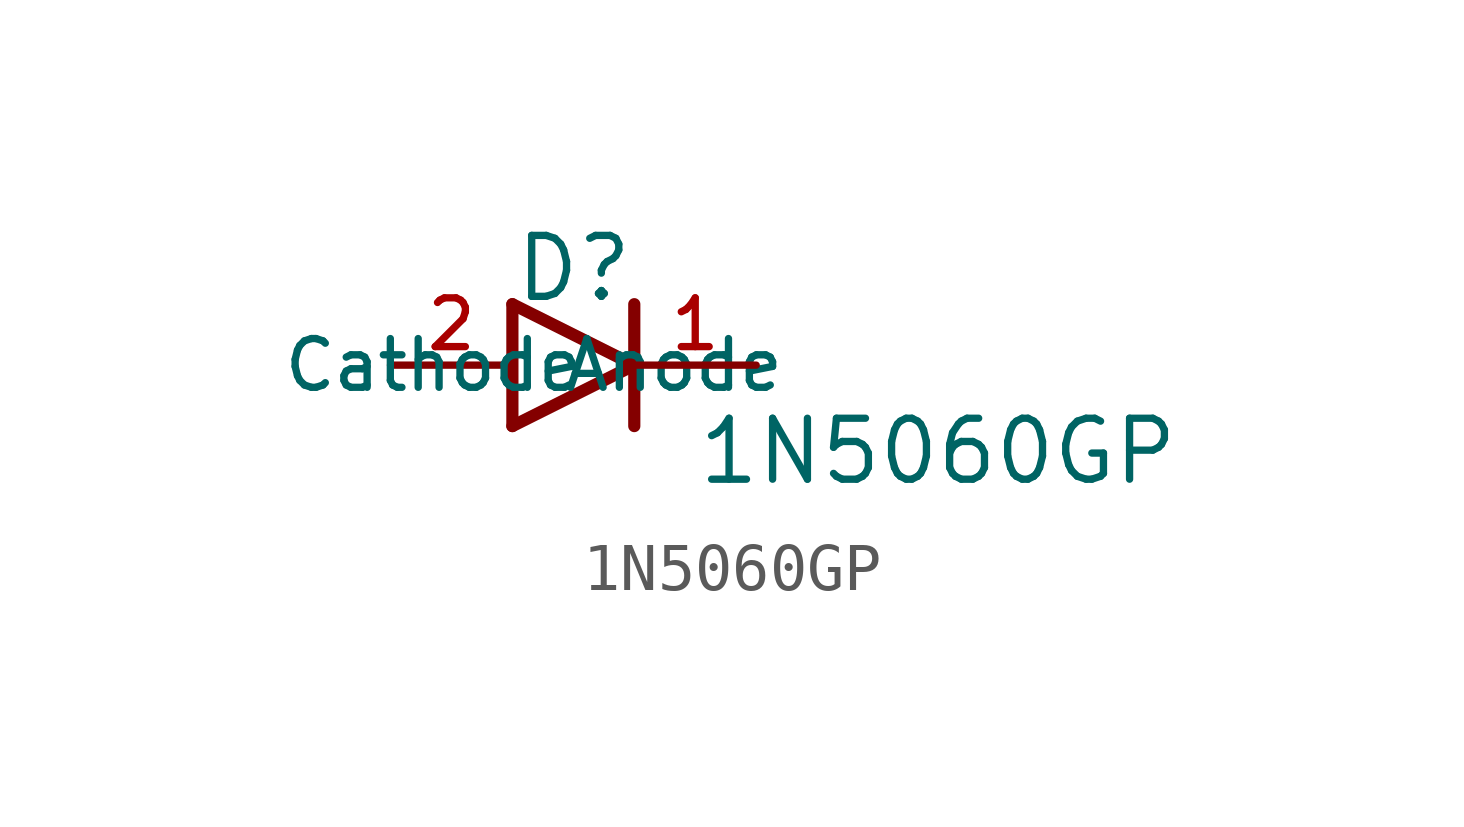
<source format=kicad_sym>
(kicad_symbol_lib
  (version 20211014)
  (generator kicad_symbol_editor)
  (symbol "1N5060GP"
    (pin_names
      (offset 1.016))
    (property "Reference" "D"
      (at -1.27 1.27 0)
      (effects (font (size 1.27 1.27)) (justify left bottom)))
    (property "Value" "1N5060GP"
      (at 2.54 -2.54 0)
      (effects (font (size 1.27 1.27)) (justify left bottom)))
    (symbol "1N5060GP_0_0"
      (polyline (pts (xy -1.27 -1.27) (xy 1.27 0)) (stroke (width 0.254) (type default) (color 0 0 0 0)) (fill (type none)))
      (polyline (pts (xy -1.27 1.27) (xy -1.27 -1.27)) (stroke (width 0.254) (type default) (color 0 0 0 0)) (fill (type none)))
      (polyline (pts (xy 1.27 0) (xy -1.27 1.27)) (stroke (width 0.254) (type default) (color 0 0 0 0)) (fill (type none)))
      (polyline (pts (xy 1.27 0) (xy 1.27 -1.27)) (stroke (width 0.254) (type default) (color 0 0 0 0)) (fill (type none)))
      (polyline (pts (xy 1.27 1.27) (xy 1.27 0)) (stroke (width 0.254) (type default) (color 0 0 0 0)) (fill (type none)))
      (pin passive line (at 3.81 0 180) (length 2.54) (name "Cathode" (effects (font (size 1.016 1.016)))) (number "1" (effects (font (size 1.016 1.016)))))
      (pin passive line (at -3.81 0 0) (length 2.54) (name "Anode" (effects (font (size 1.016 1.016)))) (number "2" (effects (font (size 1.016 1.016))))))))
</source>
